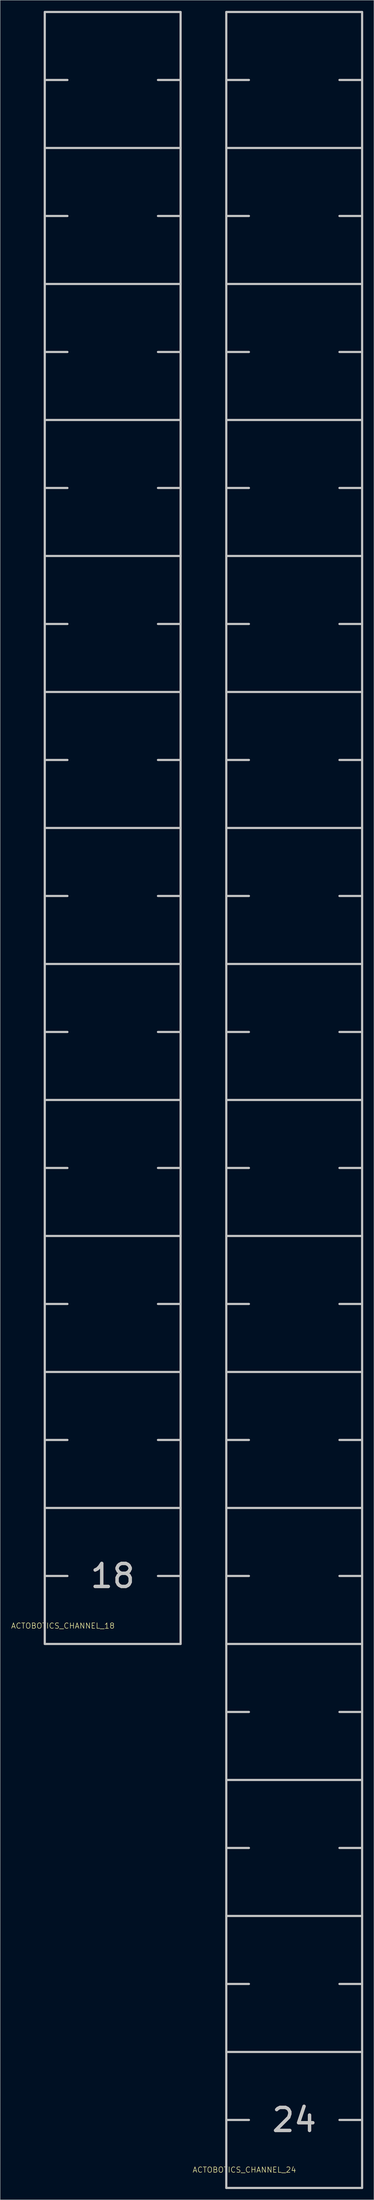
<source format=kicad_pcb>
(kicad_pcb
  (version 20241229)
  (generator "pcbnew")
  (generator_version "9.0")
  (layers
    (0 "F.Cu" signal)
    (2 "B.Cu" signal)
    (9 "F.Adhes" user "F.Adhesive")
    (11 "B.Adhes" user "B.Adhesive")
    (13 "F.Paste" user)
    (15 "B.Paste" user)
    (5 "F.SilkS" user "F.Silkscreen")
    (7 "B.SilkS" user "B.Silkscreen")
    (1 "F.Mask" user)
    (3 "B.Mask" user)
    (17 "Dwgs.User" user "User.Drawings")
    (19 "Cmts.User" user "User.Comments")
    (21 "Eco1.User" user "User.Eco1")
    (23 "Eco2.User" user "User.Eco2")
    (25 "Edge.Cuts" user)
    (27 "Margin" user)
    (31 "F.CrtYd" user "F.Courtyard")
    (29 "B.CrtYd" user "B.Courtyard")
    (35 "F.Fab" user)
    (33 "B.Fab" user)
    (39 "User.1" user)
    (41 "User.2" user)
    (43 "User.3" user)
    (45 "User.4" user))
  (footprint "ACTOBOTICS_CHANNEL_24"
    (layer "F.Cu")
    (at 60.419 609.905)
    (property "Reference" "ACTOBOTICS_CHANNEL_24" (at 5.08 -5.08 0) (layer "F.SilkS") (effects (font (size 1.524 1.524) (thickness 0.15))))
    (attr exclude_from_pos_files exclude_from_bom)
    (fp_line (start 0 -609.6) (end 0 -438.15) (stroke (width 0.61) (type solid)) (layer "Dwgs.User"))
    (fp_line (start 0 -590.55) (end 6.35 -590.55) (stroke (width 0.61) (type solid)) (layer "Dwgs.User"))
    (fp_line (start 0 -571.5) (end 38.1 -571.5) (stroke (width 0.61) (type solid)) (layer "Dwgs.User"))
    (fp_line (start 0 -552.45) (end 6.35 -552.45) (stroke (width 0.61) (type solid)) (layer "Dwgs.User"))
    (fp_line (start 0 -533.4) (end 38.1 -533.4) (stroke (width 0.61) (type solid)) (layer "Dwgs.User"))
    (fp_line (start 0 -514.35) (end 6.35 -514.35) (stroke (width 0.61) (type solid)) (layer "Dwgs.User"))
    (fp_line (start 0 -495.3) (end 38.1 -495.3) (stroke (width 0.61) (type solid)) (layer "Dwgs.User"))
    (fp_line (start 0 -476.25) (end 6.35 -476.25) (stroke (width 0.61) (type solid)) (layer "Dwgs.User"))
    (fp_line (start 0 -457.2) (end 38.1 -457.2) (stroke (width 0.61) (type solid)) (layer "Dwgs.User"))
    (fp_line (start 0 -438.15) (end 0 -419.1) (stroke (width 0.61) (type solid)) (layer "Dwgs.User"))
    (fp_line (start 0 -438.15) (end 6.35 -438.15) (stroke (width 0.61) (type solid)) (layer "Dwgs.User"))
    (fp_line (start 0 -419.1) (end 0 -400.05) (stroke (width 0.61) (type solid)) (layer "Dwgs.User"))
    (fp_line (start 0 -419.1) (end 38.1 -419.1) (stroke (width 0.61) (type solid)) (layer "Dwgs.User"))
    (fp_line (start 0 -400.05) (end 0 -381) (stroke (width 0.61) (type solid)) (layer "Dwgs.User"))
    (fp_line (start 0 -400.05) (end 6.35 -400.05) (stroke (width 0.61) (type solid)) (layer "Dwgs.User"))
    (fp_line (start 0 -381) (end 0 -342.9) (stroke (width 0.61) (type solid)) (layer "Dwgs.User"))
    (fp_line (start 0 -381) (end 38.1 -381) (stroke (width 0.61) (type solid)) (layer "Dwgs.User"))
    (fp_line (start 0 -361.95) (end 6.35 -361.95) (stroke (width 0.61) (type solid)) (layer "Dwgs.User"))
    (fp_line (start 0 -342.9) (end 0 -304.8) (stroke (width 0.61) (type solid)) (layer "Dwgs.User"))
    (fp_line (start 0 -342.9) (end 38.1 -342.9) (stroke (width 0.61) (type solid)) (layer "Dwgs.User"))
    (fp_line (start 0 -323.85) (end 6.35 -323.85) (stroke (width 0.61) (type solid)) (layer "Dwgs.User"))
    (fp_line (start 0 -304.8) (end 0 -190.5) (stroke (width 0.61) (type solid)) (layer "Dwgs.User"))
    (fp_line (start 0 -304.8) (end 38.1 -304.8) (stroke (width 0.61) (type solid)) (layer "Dwgs.User"))
    (fp_line (start 0 -285.75) (end 6.35 -285.75) (stroke (width 0.61) (type solid)) (layer "Dwgs.User"))
    (fp_line (start 0 -266.7) (end 38.1 -266.7) (stroke (width 0.61) (type solid)) (layer "Dwgs.User"))
    (fp_line (start 0 -247.65) (end 6.35 -247.65) (stroke (width 0.61) (type solid)) (layer "Dwgs.User"))
    (fp_line (start 0 -228.6) (end 38.1 -228.6) (stroke (width 0.61) (type solid)) (layer "Dwgs.User"))
    (fp_line (start 0 -209.55) (end 6.35 -209.55) (stroke (width 0.61) (type solid)) (layer "Dwgs.User"))
    (fp_line (start 0 -190.5) (end 0 -152.4) (stroke (width 0.61) (type solid)) (layer "Dwgs.User"))
    (fp_line (start 0 -190.5) (end 38.1 -190.5) (stroke (width 0.61) (type solid)) (layer "Dwgs.User"))
    (fp_line (start 0 -171.45) (end 6.35 -171.45) (stroke (width 0.61) (type solid)) (layer "Dwgs.User"))
    (fp_line (start 0 -152.4) (end 0 -114.3) (stroke (width 0.61) (type solid)) (layer "Dwgs.User"))
    (fp_line (start 0 -152.4) (end 38.1 -152.4) (stroke (width 0.61) (type solid)) (layer "Dwgs.User"))
    (fp_line (start 0 -133.35) (end 6.35 -133.35) (stroke (width 0.61) (type solid)) (layer "Dwgs.User"))
    (fp_line (start 0 -114.3) (end 0 -76.2) (stroke (width 0.61) (type solid)) (layer "Dwgs.User"))
    (fp_line (start 0 -114.3) (end 38.1 -114.3) (stroke (width 0.61) (type solid)) (layer "Dwgs.User"))
    (fp_line (start 0 -95.25) (end 6.35 -95.25) (stroke (width 0.61) (type solid)) (layer "Dwgs.User"))
    (fp_line (start 0 -76.2) (end 0 -57.15) (stroke (width 0.61) (type solid)) (layer "Dwgs.User"))
    (fp_line (start 0 -76.2) (end 38.1 -76.2) (stroke (width 0.61) (type solid)) (layer "Dwgs.User"))
    (fp_line (start 0 -57.15) (end 0 -38.1) (stroke (width 0.61) (type solid)) (layer "Dwgs.User"))
    (fp_line (start 0 -57.15) (end 6.35 -57.15) (stroke (width 0.61) (type solid)) (layer "Dwgs.User"))
    (fp_line (start 0 -38.1) (end 0 -19.05) (stroke (width 0.61) (type solid)) (layer "Dwgs.User"))
    (fp_line (start 0 -38.1) (end 38.1 -38.1) (stroke (width 0.61) (type solid)) (layer "Dwgs.User"))
    (fp_line (start 0 -19.05) (end 0 0) (stroke (width 0.61) (type solid)) (layer "Dwgs.User"))
    (fp_line (start 0 -19.05) (end 6.35 -19.05) (stroke (width 0.61) (type solid)) (layer "Dwgs.User"))
    (fp_line (start 0 0) (end 38.1 0) (stroke (width 0.61) (type solid)) (layer "Dwgs.User"))
    (fp_line (start 38.1 -609.6) (end 0 -609.6) (stroke (width 0.61) (type solid)) (layer "Dwgs.User"))
    (fp_line (start 38.1 -590.55) (end 31.75 -590.55) (stroke (width 0.61) (type solid)) (layer "Dwgs.User"))
    (fp_line (start 38.1 -552.45) (end 31.75 -552.45) (stroke (width 0.61) (type solid)) (layer "Dwgs.User"))
    (fp_line (start 38.1 -514.35) (end 31.75 -514.35) (stroke (width 0.61) (type solid)) (layer "Dwgs.User"))
    (fp_line (start 38.1 -476.25) (end 31.75 -476.25) (stroke (width 0.61) (type solid)) (layer "Dwgs.User"))
    (fp_line (start 38.1 -438.15) (end 31.75 -438.15) (stroke (width 0.61) (type solid)) (layer "Dwgs.User"))
    (fp_line (start 38.1 -438.15) (end 38.1 -609.6) (stroke (width 0.61) (type solid)) (layer "Dwgs.User"))
    (fp_line (start 38.1 -419.1) (end 38.1 -438.15) (stroke (width 0.61) (type solid)) (layer "Dwgs.User"))
    (fp_line (start 38.1 -400.05) (end 31.75 -400.05) (stroke (width 0.61) (type solid)) (layer "Dwgs.User"))
    (fp_line (start 38.1 -400.05) (end 38.1 -419.1) (stroke (width 0.61) (type solid)) (layer "Dwgs.User"))
    (fp_line (start 38.1 -381) (end 38.1 -400.05) (stroke (width 0.61) (type solid)) (layer "Dwgs.User"))
    (fp_line (start 38.1 -361.95) (end 31.75 -361.95) (stroke (width 0.61) (type solid)) (layer "Dwgs.User"))
    (fp_line (start 38.1 -342.9) (end 38.1 -381) (stroke (width 0.61) (type solid)) (layer "Dwgs.User"))
    (fp_line (start 38.1 -323.85) (end 31.75 -323.85) (stroke (width 0.61) (type solid)) (layer "Dwgs.User"))
    (fp_line (start 38.1 -304.8) (end 38.1 -342.9) (stroke (width 0.61) (type solid)) (layer "Dwgs.User"))
    (fp_line (start 38.1 -285.75) (end 31.75 -285.75) (stroke (width 0.61) (type solid)) (layer "Dwgs.User"))
    (fp_line (start 38.1 -247.65) (end 31.75 -247.65) (stroke (width 0.61) (type solid)) (layer "Dwgs.User"))
    (fp_line (start 38.1 -209.55) (end 31.75 -209.55) (stroke (width 0.61) (type solid)) (layer "Dwgs.User"))
    (fp_line (start 38.1 -190.5) (end 38.1 -304.8) (stroke (width 0.61) (type solid)) (layer "Dwgs.User"))
    (fp_line (start 38.1 -171.45) (end 31.75 -171.45) (stroke (width 0.61) (type solid)) (layer "Dwgs.User"))
    (fp_line (start 38.1 -152.4) (end 38.1 -190.5) (stroke (width 0.61) (type solid)) (layer "Dwgs.User"))
    (fp_line (start 38.1 -133.35) (end 31.75 -133.35) (stroke (width 0.61) (type solid)) (layer "Dwgs.User"))
    (fp_line (start 38.1 -114.3) (end 38.1 -152.4) (stroke (width 0.61) (type solid)) (layer "Dwgs.User"))
    (fp_line (start 38.1 -95.25) (end 31.75 -95.25) (stroke (width 0.61) (type solid)) (layer "Dwgs.User"))
    (fp_line (start 38.1 -76.2) (end 38.1 -114.3) (stroke (width 0.61) (type solid)) (layer "Dwgs.User"))
    (fp_line (start 38.1 -57.15) (end 31.75 -57.15) (stroke (width 0.61) (type solid)) (layer "Dwgs.User"))
    (fp_line (start 38.1 -57.15) (end 38.1 -76.2) (stroke (width 0.61) (type solid)) (layer "Dwgs.User"))
    (fp_line (start 38.1 -38.1) (end 38.1 -57.15) (stroke (width 0.61) (type solid)) (layer "Dwgs.User"))
    (fp_line (start 38.1 -19.05) (end 31.75 -19.05) (stroke (width 0.61) (type solid)) (layer "Dwgs.User"))
    (fp_line (start 38.1 -19.05) (end 38.1 -38.1) (stroke (width 0.61) (type solid)) (layer "Dwgs.User"))
    (fp_line (start 38.1 0) (end 38.1 -19.05) (stroke (width 0.61) (type solid)) (layer "Dwgs.User"))
    (fp_text user "24" (at 19.05 -19.05 180) (layer "Dwgs.User") (effects (font (size 6.452 6.452) (thickness 0.97)))))
  (footprint "ACTOBOTICS_CHANNEL_18"
    (layer "F.Cu")
    (at 9.507 457.505)
    (property "Reference" "ACTOBOTICS_CHANNEL_18" (at 5.08 -5.08 0) (layer "F.SilkS") (effects (font (size 1.524 1.524) (thickness 0.15))))
    (attr exclude_from_pos_files exclude_from_bom)
    (fp_line (start 0 -457.2) (end 0 -438.15) (stroke (width 0.61) (type solid)) (layer "Dwgs.User"))
    (fp_line (start 0 -438.15) (end 0 -419.1) (stroke (width 0.61) (type solid)) (layer "Dwgs.User"))
    (fp_line (start 0 -438.15) (end 6.35 -438.15) (stroke (width 0.61) (type solid)) (layer "Dwgs.User"))
    (fp_line (start 0 -419.1) (end 0 -400.05) (stroke (width 0.61) (type solid)) (layer "Dwgs.User"))
    (fp_line (start 0 -419.1) (end 38.1 -419.1) (stroke (width 0.61) (type solid)) (layer "Dwgs.User"))
    (fp_line (start 0 -400.05) (end 0 -381) (stroke (width 0.61) (type solid)) (layer "Dwgs.User"))
    (fp_line (start 0 -400.05) (end 6.35 -400.05) (stroke (width 0.61) (type solid)) (layer "Dwgs.User"))
    (fp_line (start 0 -381) (end 0 -342.9) (stroke (width 0.61) (type solid)) (layer "Dwgs.User"))
    (fp_line (start 0 -381) (end 38.1 -381) (stroke (width 0.61) (type solid)) (layer "Dwgs.User"))
    (fp_line (start 0 -361.95) (end 6.35 -361.95) (stroke (width 0.61) (type solid)) (layer "Dwgs.User"))
    (fp_line (start 0 -342.9) (end 0 -304.8) (stroke (width 0.61) (type solid)) (layer "Dwgs.User"))
    (fp_line (start 0 -342.9) (end 38.1 -342.9) (stroke (width 0.61) (type solid)) (layer "Dwgs.User"))
    (fp_line (start 0 -323.85) (end 6.35 -323.85) (stroke (width 0.61) (type solid)) (layer "Dwgs.User"))
    (fp_line (start 0 -304.8) (end 0 -190.5) (stroke (width 0.61) (type solid)) (layer "Dwgs.User"))
    (fp_line (start 0 -304.8) (end 38.1 -304.8) (stroke (width 0.61) (type solid)) (layer "Dwgs.User"))
    (fp_line (start 0 -285.75) (end 6.35 -285.75) (stroke (width 0.61) (type solid)) (layer "Dwgs.User"))
    (fp_line (start 0 -266.7) (end 38.1 -266.7) (stroke (width 0.61) (type solid)) (layer "Dwgs.User"))
    (fp_line (start 0 -247.65) (end 6.35 -247.65) (stroke (width 0.61) (type solid)) (layer "Dwgs.User"))
    (fp_line (start 0 -228.6) (end 38.1 -228.6) (stroke (width 0.61) (type solid)) (layer "Dwgs.User"))
    (fp_line (start 0 -209.55) (end 6.35 -209.55) (stroke (width 0.61) (type solid)) (layer "Dwgs.User"))
    (fp_line (start 0 -190.5) (end 0 -152.4) (stroke (width 0.61) (type solid)) (layer "Dwgs.User"))
    (fp_line (start 0 -190.5) (end 38.1 -190.5) (stroke (width 0.61) (type solid)) (layer "Dwgs.User"))
    (fp_line (start 0 -171.45) (end 6.35 -171.45) (stroke (width 0.61) (type solid)) (layer "Dwgs.User"))
    (fp_line (start 0 -152.4) (end 0 -114.3) (stroke (width 0.61) (type solid)) (layer "Dwgs.User"))
    (fp_line (start 0 -152.4) (end 38.1 -152.4) (stroke (width 0.61) (type solid)) (layer "Dwgs.User"))
    (fp_line (start 0 -133.35) (end 6.35 -133.35) (stroke (width 0.61) (type solid)) (layer "Dwgs.User"))
    (fp_line (start 0 -114.3) (end 0 -76.2) (stroke (width 0.61) (type solid)) (layer "Dwgs.User"))
    (fp_line (start 0 -114.3) (end 38.1 -114.3) (stroke (width 0.61) (type solid)) (layer "Dwgs.User"))
    (fp_line (start 0 -95.25) (end 6.35 -95.25) (stroke (width 0.61) (type solid)) (layer "Dwgs.User"))
    (fp_line (start 0 -76.2) (end 0 -57.15) (stroke (width 0.61) (type solid)) (layer "Dwgs.User"))
    (fp_line (start 0 -76.2) (end 38.1 -76.2) (stroke (width 0.61) (type solid)) (layer "Dwgs.User"))
    (fp_line (start 0 -57.15) (end 0 -38.1) (stroke (width 0.61) (type solid)) (layer "Dwgs.User"))
    (fp_line (start 0 -57.15) (end 6.35 -57.15) (stroke (width 0.61) (type solid)) (layer "Dwgs.User"))
    (fp_line (start 0 -38.1) (end 0 -19.05) (stroke (width 0.61) (type solid)) (layer "Dwgs.User"))
    (fp_line (start 0 -38.1) (end 38.1 -38.1) (stroke (width 0.61) (type solid)) (layer "Dwgs.User"))
    (fp_line (start 0 -19.05) (end 0 0) (stroke (width 0.61) (type solid)) (layer "Dwgs.User"))
    (fp_line (start 0 -19.05) (end 6.35 -19.05) (stroke (width 0.61) (type solid)) (layer "Dwgs.User"))
    (fp_line (start 0 0) (end 38.1 0) (stroke (width 0.61) (type solid)) (layer "Dwgs.User"))
    (fp_line (start 38.1 -457.2) (end 0 -457.2) (stroke (width 0.61) (type solid)) (layer "Dwgs.User"))
    (fp_line (start 38.1 -438.15) (end 31.75 -438.15) (stroke (width 0.61) (type solid)) (layer "Dwgs.User"))
    (fp_line (start 38.1 -438.15) (end 38.1 -457.2) (stroke (width 0.61) (type solid)) (layer "Dwgs.User"))
    (fp_line (start 38.1 -419.1) (end 38.1 -438.15) (stroke (width 0.61) (type solid)) (layer "Dwgs.User"))
    (fp_line (start 38.1 -400.05) (end 31.75 -400.05) (stroke (width 0.61) (type solid)) (layer "Dwgs.User"))
    (fp_line (start 38.1 -400.05) (end 38.1 -419.1) (stroke (width 0.61) (type solid)) (layer "Dwgs.User"))
    (fp_line (start 38.1 -381) (end 38.1 -400.05) (stroke (width 0.61) (type solid)) (layer "Dwgs.User"))
    (fp_line (start 38.1 -361.95) (end 31.75 -361.95) (stroke (width 0.61) (type solid)) (layer "Dwgs.User"))
    (fp_line (start 38.1 -342.9) (end 38.1 -381) (stroke (width 0.61) (type solid)) (layer "Dwgs.User"))
    (fp_line (start 38.1 -323.85) (end 31.75 -323.85) (stroke (width 0.61) (type solid)) (layer "Dwgs.User"))
    (fp_line (start 38.1 -304.8) (end 38.1 -342.9) (stroke (width 0.61) (type solid)) (layer "Dwgs.User"))
    (fp_line (start 38.1 -285.75) (end 31.75 -285.75) (stroke (width 0.61) (type solid)) (layer "Dwgs.User"))
    (fp_line (start 38.1 -247.65) (end 31.75 -247.65) (stroke (width 0.61) (type solid)) (layer "Dwgs.User"))
    (fp_line (start 38.1 -209.55) (end 31.75 -209.55) (stroke (width 0.61) (type solid)) (layer "Dwgs.User"))
    (fp_line (start 38.1 -190.5) (end 38.1 -304.8) (stroke (width 0.61) (type solid)) (layer "Dwgs.User"))
    (fp_line (start 38.1 -171.45) (end 31.75 -171.45) (stroke (width 0.61) (type solid)) (layer "Dwgs.User"))
    (fp_line (start 38.1 -152.4) (end 38.1 -190.5) (stroke (width 0.61) (type solid)) (layer "Dwgs.User"))
    (fp_line (start 38.1 -133.35) (end 31.75 -133.35) (stroke (width 0.61) (type solid)) (layer "Dwgs.User"))
    (fp_line (start 38.1 -114.3) (end 38.1 -152.4) (stroke (width 0.61) (type solid)) (layer "Dwgs.User"))
    (fp_line (start 38.1 -95.25) (end 31.75 -95.25) (stroke (width 0.61) (type solid)) (layer "Dwgs.User"))
    (fp_line (start 38.1 -76.2) (end 38.1 -114.3) (stroke (width 0.61) (type solid)) (layer "Dwgs.User"))
    (fp_line (start 38.1 -57.15) (end 31.75 -57.15) (stroke (width 0.61) (type solid)) (layer "Dwgs.User"))
    (fp_line (start 38.1 -57.15) (end 38.1 -76.2) (stroke (width 0.61) (type solid)) (layer "Dwgs.User"))
    (fp_line (start 38.1 -38.1) (end 38.1 -57.15) (stroke (width 0.61) (type solid)) (layer "Dwgs.User"))
    (fp_line (start 38.1 -19.05) (end 31.75 -19.05) (stroke (width 0.61) (type solid)) (layer "Dwgs.User"))
    (fp_line (start 38.1 -19.05) (end 38.1 -38.1) (stroke (width 0.61) (type solid)) (layer "Dwgs.User"))
    (fp_line (start 38.1 0) (end 38.1 -19.05) (stroke (width 0.61) (type solid)) (layer "Dwgs.User"))
    (fp_text user "18" (at 19.05 -19.05 180) (layer "Dwgs.User") (effects (font (size 6.452 6.452) (thickness 0.97)))))
  (gr_rect
    (start -3 -3)
    (end 101.823 613.21)
    (stroke (width 0.1) (type default))
    (fill no)
    (layer "Edge.Cuts")))
</source>
